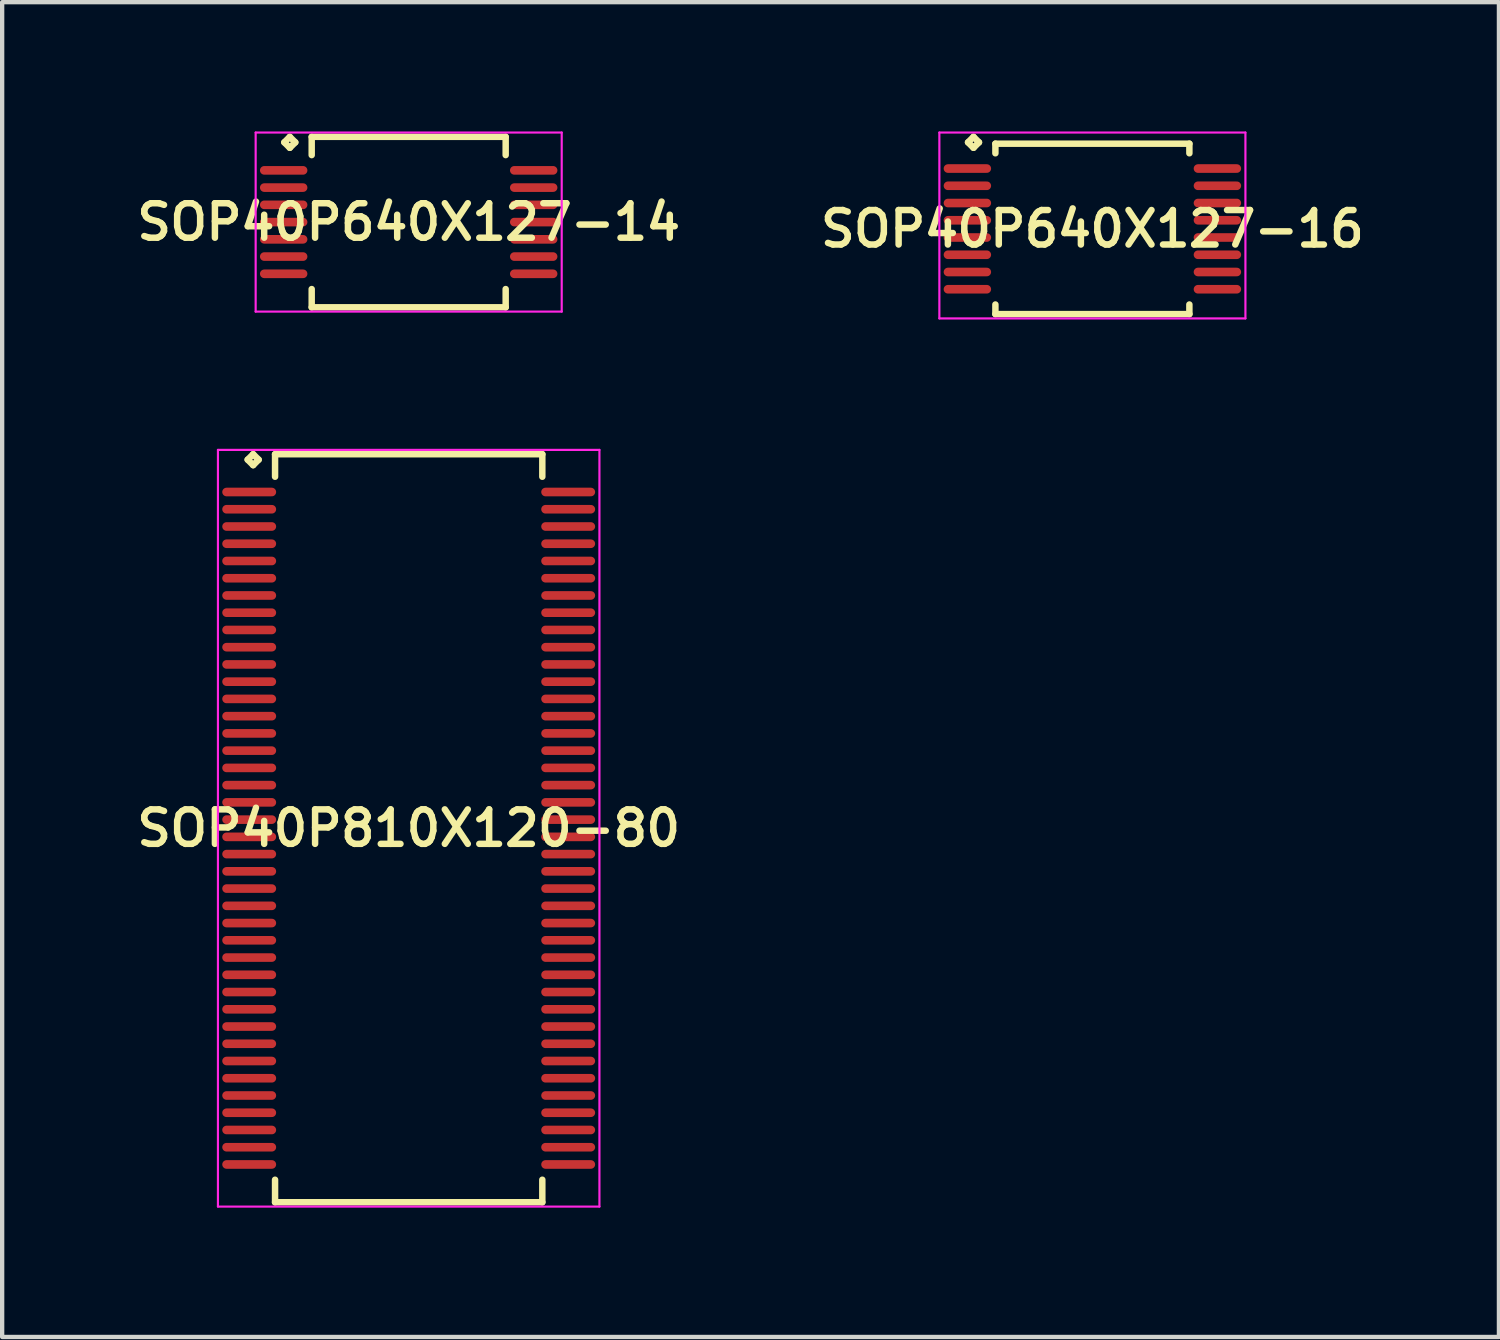
<source format=kicad_pcb>
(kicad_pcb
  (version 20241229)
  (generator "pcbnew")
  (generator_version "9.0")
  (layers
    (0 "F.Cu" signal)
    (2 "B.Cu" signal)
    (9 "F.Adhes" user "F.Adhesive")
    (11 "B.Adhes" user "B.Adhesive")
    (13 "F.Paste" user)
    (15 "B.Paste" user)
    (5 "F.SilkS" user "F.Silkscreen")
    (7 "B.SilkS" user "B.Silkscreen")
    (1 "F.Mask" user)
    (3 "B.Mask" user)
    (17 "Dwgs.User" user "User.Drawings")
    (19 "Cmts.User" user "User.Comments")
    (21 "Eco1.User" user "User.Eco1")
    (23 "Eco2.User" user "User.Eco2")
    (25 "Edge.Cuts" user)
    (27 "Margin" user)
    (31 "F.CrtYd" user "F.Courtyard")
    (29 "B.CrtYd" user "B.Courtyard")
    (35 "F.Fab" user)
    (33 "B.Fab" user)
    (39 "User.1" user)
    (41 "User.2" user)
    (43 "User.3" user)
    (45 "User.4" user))
  (footprint "SOP40P810X120-80"
    (layer "F.Cu")
    (at 6.431 16.164)
    (property "Reference" "SOP40P810X120-80" (at 0 0 0) (layer "F.SilkS") (effects (font (size 0.8 0.8) (thickness 0.15))))
    (attr smd)
    (fp_line (start -3.735 -8.55) (end -3.608 -8.677) (stroke (width 0.15) (type solid)) (layer "F.SilkS"))
    (fp_line (start -3.608 -8.677) (end -3.481 -8.55) (stroke (width 0.15) (type solid)) (layer "F.SilkS"))
    (fp_line (start -3.608 -8.423) (end -3.735 -8.55) (stroke (width 0.15) (type solid)) (layer "F.SilkS"))
    (fp_line (start -3.481 -8.55) (end -3.608 -8.423) (stroke (width 0.15) (type solid)) (layer "F.SilkS"))
    (fp_line (start -3.1 -8.677) (end 3.1 -8.677) (stroke (width 0.15) (type solid)) (layer "F.SilkS"))
    (fp_line (start -3.1 -8.154) (end -3.1 -8.677) (stroke (width 0.15) (type solid)) (layer "F.SilkS"))
    (fp_line (start -3.1 8.154) (end -3.1 8.677) (stroke (width 0.15) (type solid)) (layer "F.SilkS"))
    (fp_line (start -3.1 8.677) (end 3.1 8.677) (stroke (width 0.15) (type solid)) (layer "F.SilkS"))
    (fp_line (start 3.1 -8.677) (end 3.1 -8.154) (stroke (width 0.15) (type solid)) (layer "F.SilkS"))
    (fp_line (start 3.1 8.677) (end 3.1 8.154) (stroke (width 0.15) (type solid)) (layer "F.SilkS"))
    (fp_line (start -4.425 -8.777) (end 4.425 -8.777) (stroke (width 0.05) (type solid)) (layer "F.CrtYd"))
    (fp_line (start -4.425 8.777) (end -4.425 -8.777) (stroke (width 0.05) (type solid)) (layer "F.CrtYd"))
    (fp_line (start 4.425 -8.777) (end 4.425 8.777) (stroke (width 0.05) (type solid)) (layer "F.CrtYd"))
    (fp_line (start 4.425 8.777) (end -4.425 8.777) (stroke (width 0.05) (type solid)) (layer "F.CrtYd"))
    (pad "1" smd oval (at -3.7 -7.8) (size 1.25 0.2) (layers "F.Cu" "F.Mask" "F.Paste"))
    (pad "2" smd oval (at -3.7 -7.4) (size 1.25 0.2) (layers "F.Cu" "F.Mask" "F.Paste"))
    (pad "3" smd oval (at -3.7 -7) (size 1.25 0.2) (layers "F.Cu" "F.Mask" "F.Paste"))
    (pad "4" smd oval (at -3.7 -6.6) (size 1.25 0.2) (layers "F.Cu" "F.Mask" "F.Paste"))
    (pad "5" smd oval (at -3.7 -6.2) (size 1.25 0.2) (layers "F.Cu" "F.Mask" "F.Paste"))
    (pad "6" smd oval (at -3.7 -5.8) (size 1.25 0.2) (layers "F.Cu" "F.Mask" "F.Paste"))
    (pad "7" smd oval (at -3.7 -5.4) (size 1.25 0.2) (layers "F.Cu" "F.Mask" "F.Paste"))
    (pad "8" smd oval (at -3.7 -5) (size 1.25 0.2) (layers "F.Cu" "F.Mask" "F.Paste"))
    (pad "9" smd oval (at -3.7 -4.6) (size 1.25 0.2) (layers "F.Cu" "F.Mask" "F.Paste"))
    (pad "10" smd oval (at -3.7 -4.2) (size 1.25 0.2) (layers "F.Cu" "F.Mask" "F.Paste"))
    (pad "11" smd oval (at -3.7 -3.8) (size 1.25 0.2) (layers "F.Cu" "F.Mask" "F.Paste"))
    (pad "12" smd oval (at -3.7 -3.4) (size 1.25 0.2) (layers "F.Cu" "F.Mask" "F.Paste"))
    (pad "13" smd oval (at -3.7 -3) (size 1.25 0.2) (layers "F.Cu" "F.Mask" "F.Paste"))
    (pad "14" smd oval (at -3.7 -2.6) (size 1.25 0.2) (layers "F.Cu" "F.Mask" "F.Paste"))
    (pad "15" smd oval (at -3.7 -2.2) (size 1.25 0.2) (layers "F.Cu" "F.Mask" "F.Paste"))
    (pad "16" smd oval (at -3.7 -1.8) (size 1.25 0.2) (layers "F.Cu" "F.Mask" "F.Paste"))
    (pad "17" smd oval (at -3.7 -1.4) (size 1.25 0.2) (layers "F.Cu" "F.Mask" "F.Paste"))
    (pad "18" smd oval (at -3.7 -1) (size 1.25 0.2) (layers "F.Cu" "F.Mask" "F.Paste"))
    (pad "19" smd oval (at -3.7 -0.6) (size 1.25 0.2) (layers "F.Cu" "F.Mask" "F.Paste"))
    (pad "20" smd oval (at -3.7 -0.2) (size 1.25 0.2) (layers "F.Cu" "F.Mask" "F.Paste"))
    (pad "21" smd oval (at -3.7 0.2) (size 1.25 0.2) (layers "F.Cu" "F.Mask" "F.Paste"))
    (pad "22" smd oval (at -3.7 0.6) (size 1.25 0.2) (layers "F.Cu" "F.Mask" "F.Paste"))
    (pad "23" smd oval (at -3.7 1) (size 1.25 0.2) (layers "F.Cu" "F.Mask" "F.Paste"))
    (pad "24" smd oval (at -3.7 1.4) (size 1.25 0.2) (layers "F.Cu" "F.Mask" "F.Paste"))
    (pad "25" smd oval (at -3.7 1.8) (size 1.25 0.2) (layers "F.Cu" "F.Mask" "F.Paste"))
    (pad "26" smd oval (at -3.7 2.2) (size 1.25 0.2) (layers "F.Cu" "F.Mask" "F.Paste"))
    (pad "27" smd oval (at -3.7 2.6) (size 1.25 0.2) (layers "F.Cu" "F.Mask" "F.Paste"))
    (pad "28" smd oval (at -3.7 3) (size 1.25 0.2) (layers "F.Cu" "F.Mask" "F.Paste"))
    (pad "29" smd oval (at -3.7 3.4) (size 1.25 0.2) (layers "F.Cu" "F.Mask" "F.Paste"))
    (pad "30" smd oval (at -3.7 3.8) (size 1.25 0.2) (layers "F.Cu" "F.Mask" "F.Paste"))
    (pad "31" smd oval (at -3.7 4.2) (size 1.25 0.2) (layers "F.Cu" "F.Mask" "F.Paste"))
    (pad "32" smd oval (at -3.7 4.6) (size 1.25 0.2) (layers "F.Cu" "F.Mask" "F.Paste"))
    (pad "33" smd oval (at -3.7 5) (size 1.25 0.2) (layers "F.Cu" "F.Mask" "F.Paste"))
    (pad "34" smd oval (at -3.7 5.4) (size 1.25 0.2) (layers "F.Cu" "F.Mask" "F.Paste"))
    (pad "35" smd oval (at -3.7 5.8) (size 1.25 0.2) (layers "F.Cu" "F.Mask" "F.Paste"))
    (pad "36" smd oval (at -3.7 6.2) (size 1.25 0.2) (layers "F.Cu" "F.Mask" "F.Paste"))
    (pad "37" smd oval (at -3.7 6.6) (size 1.25 0.2) (layers "F.Cu" "F.Mask" "F.Paste"))
    (pad "38" smd oval (at -3.7 7) (size 1.25 0.2) (layers "F.Cu" "F.Mask" "F.Paste"))
    (pad "39" smd oval (at -3.7 7.4) (size 1.25 0.2) (layers "F.Cu" "F.Mask" "F.Paste"))
    (pad "40" smd oval (at -3.7 7.8) (size 1.25 0.2) (layers "F.Cu" "F.Mask" "F.Paste"))
    (pad "41" smd oval (at 3.7 7.8) (size 1.25 0.2) (layers "F.Cu" "F.Mask" "F.Paste"))
    (pad "42" smd oval (at 3.7 7.4) (size 1.25 0.2) (layers "F.Cu" "F.Mask" "F.Paste"))
    (pad "43" smd oval (at 3.7 7) (size 1.25 0.2) (layers "F.Cu" "F.Mask" "F.Paste"))
    (pad "44" smd oval (at 3.7 6.6) (size 1.25 0.2) (layers "F.Cu" "F.Mask" "F.Paste"))
    (pad "45" smd oval (at 3.7 6.2) (size 1.25 0.2) (layers "F.Cu" "F.Mask" "F.Paste"))
    (pad "46" smd oval (at 3.7 5.8) (size 1.25 0.2) (layers "F.Cu" "F.Mask" "F.Paste"))
    (pad "47" smd oval (at 3.7 5.4) (size 1.25 0.2) (layers "F.Cu" "F.Mask" "F.Paste"))
    (pad "48" smd oval (at 3.7 5) (size 1.25 0.2) (layers "F.Cu" "F.Mask" "F.Paste"))
    (pad "49" smd oval (at 3.7 4.6) (size 1.25 0.2) (layers "F.Cu" "F.Mask" "F.Paste"))
    (pad "50" smd oval (at 3.7 4.2) (size 1.25 0.2) (layers "F.Cu" "F.Mask" "F.Paste"))
    (pad "51" smd oval (at 3.7 3.8) (size 1.25 0.2) (layers "F.Cu" "F.Mask" "F.Paste"))
    (pad "52" smd oval (at 3.7 3.4) (size 1.25 0.2) (layers "F.Cu" "F.Mask" "F.Paste"))
    (pad "53" smd oval (at 3.7 3) (size 1.25 0.2) (layers "F.Cu" "F.Mask" "F.Paste"))
    (pad "54" smd oval (at 3.7 2.6) (size 1.25 0.2) (layers "F.Cu" "F.Mask" "F.Paste"))
    (pad "55" smd oval (at 3.7 2.2) (size 1.25 0.2) (layers "F.Cu" "F.Mask" "F.Paste"))
    (pad "56" smd oval (at 3.7 1.8) (size 1.25 0.2) (layers "F.Cu" "F.Mask" "F.Paste"))
    (pad "57" smd oval (at 3.7 1.4) (size 1.25 0.2) (layers "F.Cu" "F.Mask" "F.Paste"))
    (pad "58" smd oval (at 3.7 1) (size 1.25 0.2) (layers "F.Cu" "F.Mask" "F.Paste"))
    (pad "59" smd oval (at 3.7 0.6) (size 1.25 0.2) (layers "F.Cu" "F.Mask" "F.Paste"))
    (pad "60" smd oval (at 3.7 0.2) (size 1.25 0.2) (layers "F.Cu" "F.Mask" "F.Paste"))
    (pad "61" smd oval (at 3.7 -0.2) (size 1.25 0.2) (layers "F.Cu" "F.Mask" "F.Paste"))
    (pad "62" smd oval (at 3.7 -0.6) (size 1.25 0.2) (layers "F.Cu" "F.Mask" "F.Paste"))
    (pad "63" smd oval (at 3.7 -1) (size 1.25 0.2) (layers "F.Cu" "F.Mask" "F.Paste"))
    (pad "64" smd oval (at 3.7 -1.4) (size 1.25 0.2) (layers "F.Cu" "F.Mask" "F.Paste"))
    (pad "65" smd oval (at 3.7 -1.8) (size 1.25 0.2) (layers "F.Cu" "F.Mask" "F.Paste"))
    (pad "66" smd oval (at 3.7 -2.2) (size 1.25 0.2) (layers "F.Cu" "F.Mask" "F.Paste"))
    (pad "67" smd oval (at 3.7 -2.6) (size 1.25 0.2) (layers "F.Cu" "F.Mask" "F.Paste"))
    (pad "68" smd oval (at 3.7 -3) (size 1.25 0.2) (layers "F.Cu" "F.Mask" "F.Paste"))
    (pad "69" smd oval (at 3.7 -3.4) (size 1.25 0.2) (layers "F.Cu" "F.Mask" "F.Paste"))
    (pad "70" smd oval (at 3.7 -3.8) (size 1.25 0.2) (layers "F.Cu" "F.Mask" "F.Paste"))
    (pad "71" smd oval (at 3.7 -4.2) (size 1.25 0.2) (layers "F.Cu" "F.Mask" "F.Paste"))
    (pad "72" smd oval (at 3.7 -4.6) (size 1.25 0.2) (layers "F.Cu" "F.Mask" "F.Paste"))
    (pad "73" smd oval (at 3.7 -5) (size 1.25 0.2) (layers "F.Cu" "F.Mask" "F.Paste"))
    (pad "74" smd oval (at 3.7 -5.4) (size 1.25 0.2) (layers "F.Cu" "F.Mask" "F.Paste"))
    (pad "75" smd oval (at 3.7 -5.8) (size 1.25 0.2) (layers "F.Cu" "F.Mask" "F.Paste"))
    (pad "76" smd oval (at 3.7 -6.2) (size 1.25 0.2) (layers "F.Cu" "F.Mask" "F.Paste"))
    (pad "77" smd oval (at 3.7 -6.6) (size 1.25 0.2) (layers "F.Cu" "F.Mask" "F.Paste"))
    (pad "78" smd oval (at 3.7 -7) (size 1.25 0.2) (layers "F.Cu" "F.Mask" "F.Paste"))
    (pad "79" smd oval (at 3.7 -7.4) (size 1.25 0.2) (layers "F.Cu" "F.Mask" "F.Paste"))
    (pad "80" smd oval (at 3.7 -7.8) (size 1.25 0.2) (layers "F.Cu" "F.Mask" "F.Paste")))
  (footprint "SOP40P640X127-16"
    (layer "F.Cu")
    (at 22.292 2.26)
    (property "Reference" "SOP40P640X127-16" (at 0 0 0) (layer "F.SilkS") (effects (font (size 0.8 0.8) (thickness 0.15))))
    (attr smd)
    (fp_line (start -2.885 -2.008) (end -2.758 -2.135) (stroke (width 0.15) (type solid)) (layer "F.SilkS"))
    (fp_line (start -2.758 -2.135) (end -2.631 -2.008) (stroke (width 0.15) (type solid)) (layer "F.SilkS"))
    (fp_line (start -2.758 -1.881) (end -2.885 -2.008) (stroke (width 0.15) (type solid)) (layer "F.SilkS"))
    (fp_line (start -2.631 -2.008) (end -2.758 -1.881) (stroke (width 0.15) (type solid)) (layer "F.SilkS"))
    (fp_line (start -2.25 -1.977) (end 2.25 -1.977) (stroke (width 0.15) (type solid)) (layer "F.SilkS"))
    (fp_line (start -2.25 -1.754) (end -2.25 -1.977) (stroke (width 0.15) (type solid)) (layer "F.SilkS"))
    (fp_line (start -2.25 1.754) (end -2.25 1.977) (stroke (width 0.15) (type solid)) (layer "F.SilkS"))
    (fp_line (start -2.25 1.977) (end 2.25 1.977) (stroke (width 0.15) (type solid)) (layer "F.SilkS"))
    (fp_line (start 2.25 -1.977) (end 2.25 -1.754) (stroke (width 0.15) (type solid)) (layer "F.SilkS"))
    (fp_line (start 2.25 1.977) (end 2.25 1.754) (stroke (width 0.15) (type solid)) (layer "F.SilkS"))
    (fp_line (start -3.55 -2.235) (end 3.55 -2.235) (stroke (width 0.05) (type solid)) (layer "F.CrtYd"))
    (fp_line (start -3.55 2.077) (end -3.55 -2.235) (stroke (width 0.05) (type solid)) (layer "F.CrtYd"))
    (fp_line (start 3.55 -2.235) (end 3.55 2.077) (stroke (width 0.05) (type solid)) (layer "F.CrtYd"))
    (fp_line (start 3.55 2.077) (end -3.55 2.077) (stroke (width 0.05) (type solid)) (layer "F.CrtYd"))
    (pad "1" smd oval (at -2.9 -1.4) (size 1.1 0.2) (layers "F.Cu" "F.Mask" "F.Paste"))
    (pad "2" smd oval (at -2.9 -1) (size 1.1 0.2) (layers "F.Cu" "F.Mask" "F.Paste"))
    (pad "3" smd oval (at -2.9 -0.6) (size 1.1 0.2) (layers "F.Cu" "F.Mask" "F.Paste"))
    (pad "4" smd oval (at -2.9 -0.2) (size 1.1 0.2) (layers "F.Cu" "F.Mask" "F.Paste"))
    (pad "5" smd oval (at -2.9 0.2) (size 1.1 0.2) (layers "F.Cu" "F.Mask" "F.Paste"))
    (pad "6" smd oval (at -2.9 0.6) (size 1.1 0.2) (layers "F.Cu" "F.Mask" "F.Paste"))
    (pad "7" smd oval (at -2.9 1) (size 1.1 0.2) (layers "F.Cu" "F.Mask" "F.Paste"))
    (pad "8" smd oval (at -2.9 1.4) (size 1.1 0.2) (layers "F.Cu" "F.Mask" "F.Paste"))
    (pad "9" smd oval (at 2.9 1.4) (size 1.1 0.2) (layers "F.Cu" "F.Mask" "F.Paste"))
    (pad "10" smd oval (at 2.9 1) (size 1.1 0.2) (layers "F.Cu" "F.Mask" "F.Paste"))
    (pad "11" smd oval (at 2.9 0.6) (size 1.1 0.2) (layers "F.Cu" "F.Mask" "F.Paste"))
    (pad "12" smd oval (at 2.9 0.2) (size 1.1 0.2) (layers "F.Cu" "F.Mask" "F.Paste"))
    (pad "13" smd oval (at 2.9 -0.2) (size 1.1 0.2) (layers "F.Cu" "F.Mask" "F.Paste"))
    (pad "14" smd oval (at 2.9 -0.6) (size 1.1 0.2) (layers "F.Cu" "F.Mask" "F.Paste"))
    (pad "15" smd oval (at 2.9 -1) (size 1.1 0.2) (layers "F.Cu" "F.Mask" "F.Paste"))
    (pad "16" smd oval (at 2.9 -1.4) (size 1.1 0.2) (layers "F.Cu" "F.Mask" "F.Paste")))
  (footprint "SOP40P640X127-14"
    (layer "F.Cu")
    (at 6.431 2.102)
    (property "Reference" "SOP40P640X127-14" (at 0 0 0) (layer "F.SilkS") (effects (font (size 0.8 0.8) (thickness 0.15))))
    (attr smd)
    (fp_line (start -2.885 -1.85) (end -2.758 -1.977) (stroke (width 0.15) (type solid)) (layer "F.SilkS"))
    (fp_line (start -2.758 -1.977) (end -2.631 -1.85) (stroke (width 0.15) (type solid)) (layer "F.SilkS"))
    (fp_line (start -2.758 -1.723) (end -2.885 -1.85) (stroke (width 0.15) (type solid)) (layer "F.SilkS"))
    (fp_line (start -2.631 -1.85) (end -2.758 -1.723) (stroke (width 0.15) (type solid)) (layer "F.SilkS"))
    (fp_line (start -2.25 -1.977) (end 2.25 -1.977) (stroke (width 0.15) (type solid)) (layer "F.SilkS"))
    (fp_line (start -2.25 -1.554) (end -2.25 -1.977) (stroke (width 0.15) (type solid)) (layer "F.SilkS"))
    (fp_line (start -2.25 1.554) (end -2.25 1.977) (stroke (width 0.15) (type solid)) (layer "F.SilkS"))
    (fp_line (start -2.25 1.977) (end 2.25 1.977) (stroke (width 0.15) (type solid)) (layer "F.SilkS"))
    (fp_line (start 2.25 -1.977) (end 2.25 -1.554) (stroke (width 0.15) (type solid)) (layer "F.SilkS"))
    (fp_line (start 2.25 1.977) (end 2.25 1.554) (stroke (width 0.15) (type solid)) (layer "F.SilkS"))
    (fp_line (start -3.55 -2.077) (end 3.55 -2.077) (stroke (width 0.05) (type solid)) (layer "F.CrtYd"))
    (fp_line (start -3.55 2.077) (end -3.55 -2.077) (stroke (width 0.05) (type solid)) (layer "F.CrtYd"))
    (fp_line (start 3.55 -2.077) (end 3.55 2.077) (stroke (width 0.05) (type solid)) (layer "F.CrtYd"))
    (fp_line (start 3.55 2.077) (end -3.55 2.077) (stroke (width 0.05) (type solid)) (layer "F.CrtYd"))
    (pad "1" smd oval (at -2.9 -1.2) (size 1.1 0.2) (layers "F.Cu" "F.Mask" "F.Paste"))
    (pad "2" smd oval (at -2.9 -0.8) (size 1.1 0.2) (layers "F.Cu" "F.Mask" "F.Paste"))
    (pad "3" smd oval (at -2.9 -0.4) (size 1.1 0.2) (layers "F.Cu" "F.Mask" "F.Paste"))
    (pad "4" smd oval (at -2.9 0) (size 1.1 0.2) (layers "F.Cu" "F.Mask" "F.Paste"))
    (pad "5" smd oval (at -2.9 0.4) (size 1.1 0.2) (layers "F.Cu" "F.Mask" "F.Paste"))
    (pad "6" smd oval (at -2.9 0.8) (size 1.1 0.2) (layers "F.Cu" "F.Mask" "F.Paste"))
    (pad "7" smd oval (at -2.9 1.2) (size 1.1 0.2) (layers "F.Cu" "F.Mask" "F.Paste"))
    (pad "8" smd oval (at 2.9 1.2) (size 1.1 0.2) (layers "F.Cu" "F.Mask" "F.Paste"))
    (pad "9" smd oval (at 2.9 0.8) (size 1.1 0.2) (layers "F.Cu" "F.Mask" "F.Paste"))
    (pad "10" smd oval (at 2.9 0.4) (size 1.1 0.2) (layers "F.Cu" "F.Mask" "F.Paste"))
    (pad "11" smd oval (at 2.9 0) (size 1.1 0.2) (layers "F.Cu" "F.Mask" "F.Paste"))
    (pad "12" smd oval (at 2.9 -0.4) (size 1.1 0.2) (layers "F.Cu" "F.Mask" "F.Paste"))
    (pad "13" smd oval (at 2.9 -0.8) (size 1.1 0.2) (layers "F.Cu" "F.Mask" "F.Paste"))
    (pad "14" smd oval (at 2.9 -1.2) (size 1.1 0.2) (layers "F.Cu" "F.Mask" "F.Paste")))
  (gr_rect
    (start -3 -3)
    (end 31.723 27.966)
    (stroke (width 0.1) (type default))
    (fill no)
    (layer "Edge.Cuts")))
</source>
